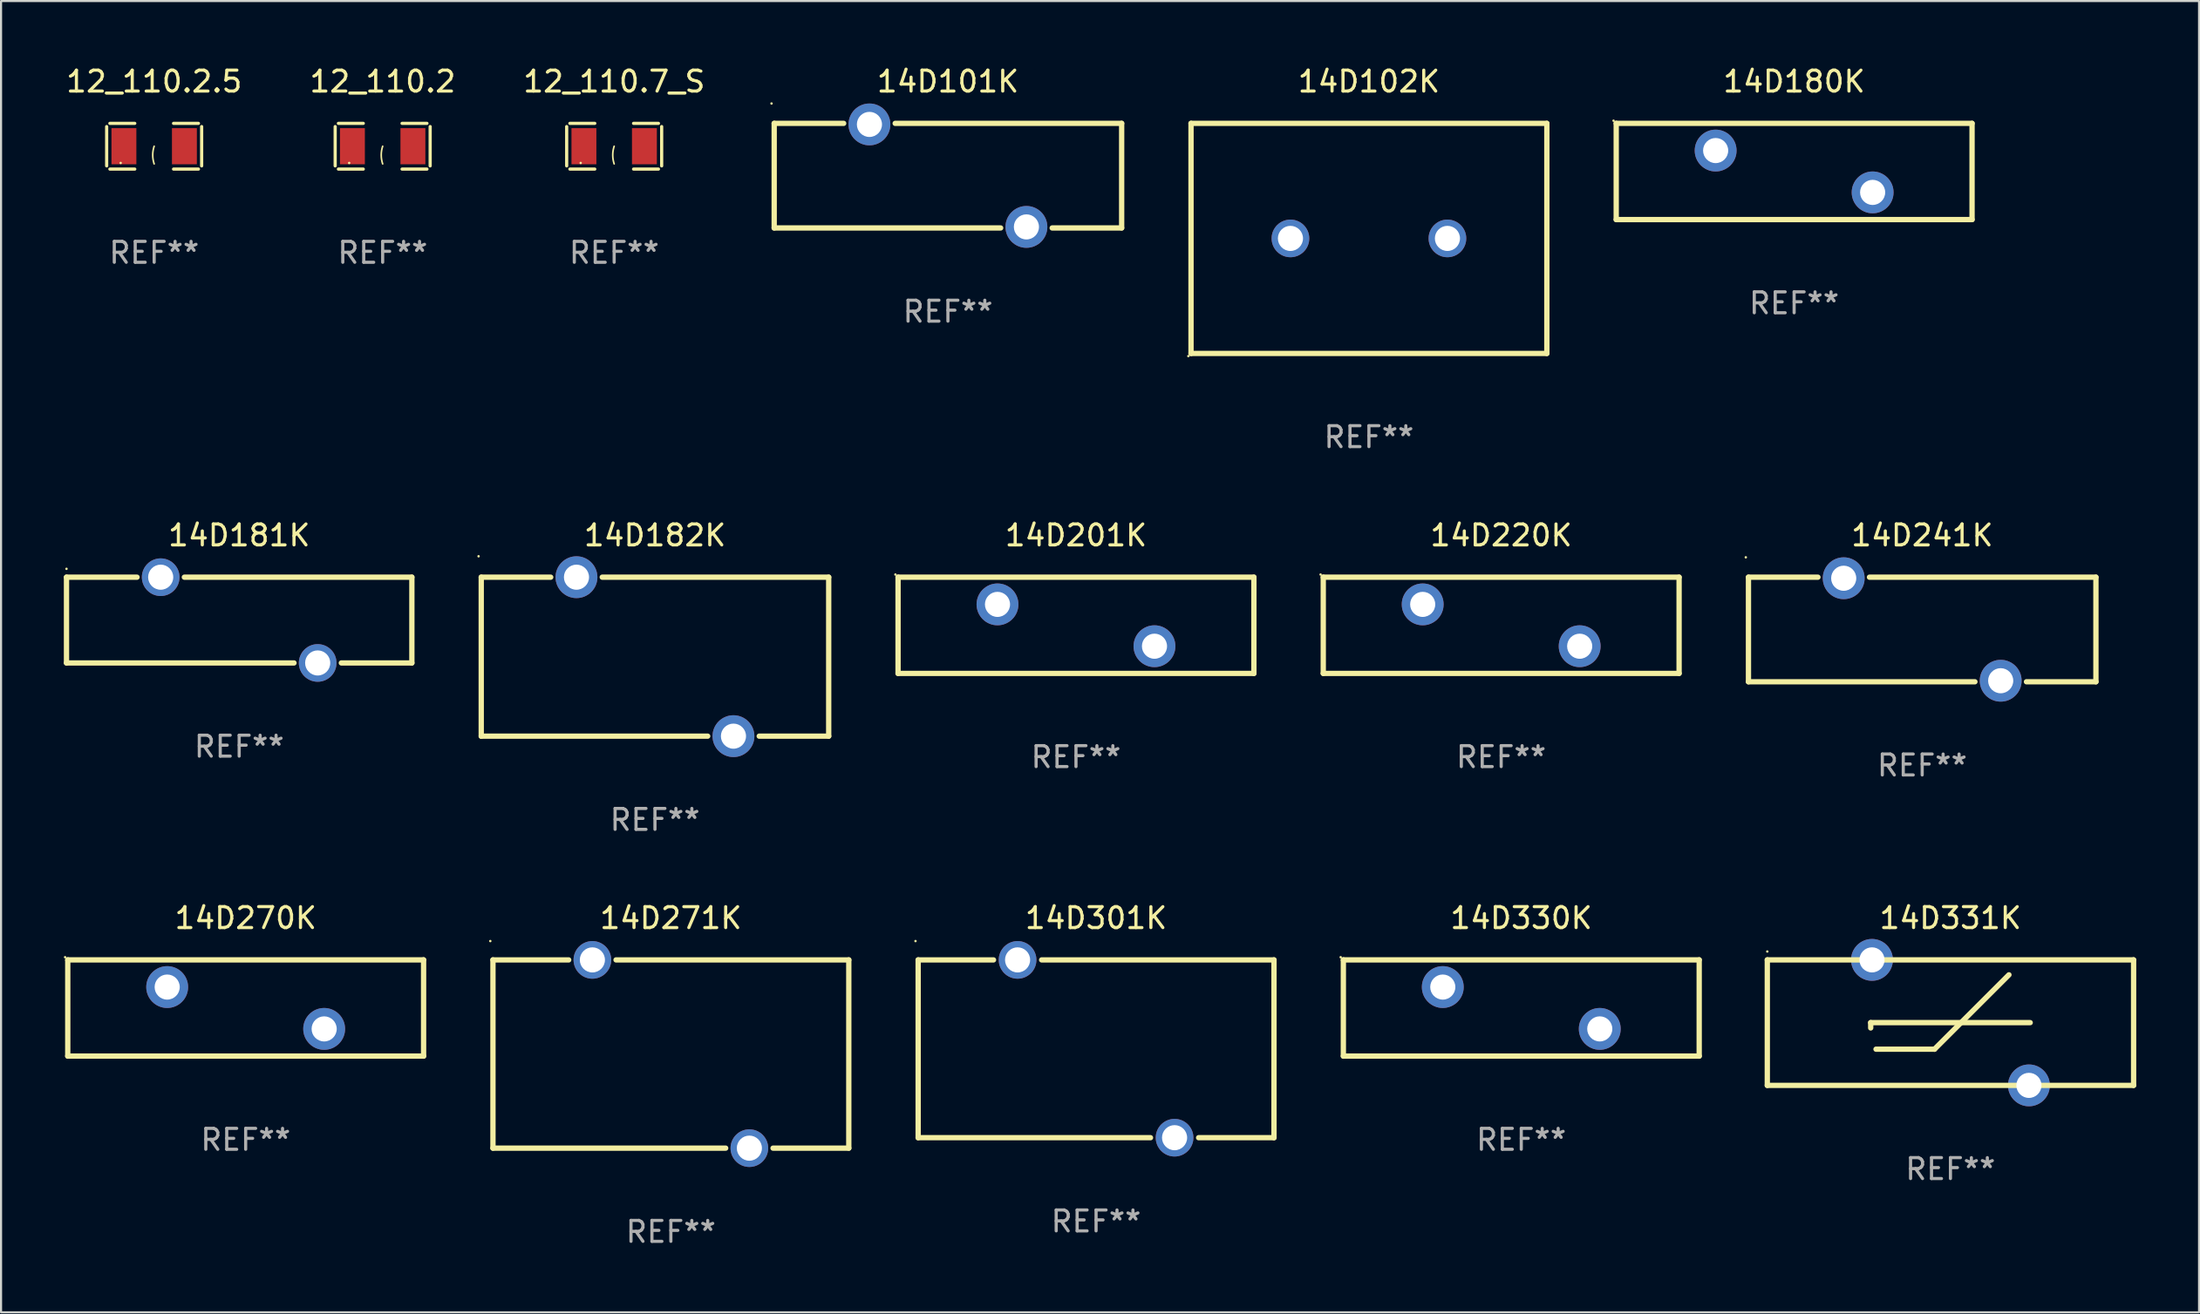
<source format=kicad_pcb>
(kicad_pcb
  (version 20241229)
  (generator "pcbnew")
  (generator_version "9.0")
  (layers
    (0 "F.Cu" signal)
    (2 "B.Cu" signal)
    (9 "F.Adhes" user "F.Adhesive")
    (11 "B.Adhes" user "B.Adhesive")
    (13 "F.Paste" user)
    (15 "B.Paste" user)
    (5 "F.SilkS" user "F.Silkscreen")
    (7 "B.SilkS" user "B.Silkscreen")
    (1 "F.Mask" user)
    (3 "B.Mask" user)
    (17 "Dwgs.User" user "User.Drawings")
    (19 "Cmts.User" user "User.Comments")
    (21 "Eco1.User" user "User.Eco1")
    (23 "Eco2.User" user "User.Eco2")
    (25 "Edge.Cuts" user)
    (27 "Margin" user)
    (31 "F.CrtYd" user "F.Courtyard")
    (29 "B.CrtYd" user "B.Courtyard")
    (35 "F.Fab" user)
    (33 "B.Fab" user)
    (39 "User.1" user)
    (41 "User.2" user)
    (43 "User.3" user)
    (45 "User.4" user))
  (footprint "14D180K"
    (layer "F.Cu")
    (at 82.665 5.148)
    (property "Reference" "14D180K" (at 0 -4.3 0) (layer "F.SilkS") (effects (font (size 1 1) (thickness 0.15))))
    (attr through_hole)
    (fp_line (start -8.5 -2.3) (end -8.5 2.3) (stroke (width 0.254) (type solid)) (layer "F.SilkS"))
    (fp_line (start -8.5 -2.3) (end 8.5 -2.3) (stroke (width 0.254) (type solid)) (layer "F.SilkS"))
    (fp_line (start -8.5 2.3) (end 8.5 2.3) (stroke (width 0.254) (type solid)) (layer "F.SilkS"))
    (fp_line (start 8.5 -2.3) (end 8.5 2.3) (stroke (width 0.254) (type solid)) (layer "F.SilkS"))
    (fp_circle (center -8.627 -2.427) (end -8.597 -2.427) (stroke (width 0.06) (type solid)) (fill no) (layer "F.SilkS"))
    (fp_text user "REF**" (at 0 6.3 0) (layer "F.Fab") (effects (font (size 1 1) (thickness 0.15))))
    (pad "1" thru_hole circle (at -3.75 -1) (size 2 2) (drill 1.2) (layers "*.Cu" "*.Mask"))
    (pad "2" thru_hole circle (at 3.75 1) (size 2 2) (drill 1.2) (layers "*.Cu" "*.Mask")))
  (footprint "14D271K"
    (layer "F.Cu")
    (at 29.001 47.342)
    (property "Reference" "14D271K" (at 0 -6.5 0) (layer "F.SilkS") (effects (font (size 1 1) (thickness 0.15))))
    (attr through_hole)
    (fp_line (start -8.5 -4.5) (end -4.881 -4.5) (stroke (width 0.254) (type solid)) (layer "F.SilkS"))
    (fp_line (start -8.5 4.5) (end -8.5 -4.5) (stroke (width 0.254) (type solid)) (layer "F.SilkS"))
    (fp_line (start -8.5 4.5) (end 2.619 4.5) (stroke (width 0.254) (type solid)) (layer "F.SilkS"))
    (fp_line (start -2.619 -4.5) (end 8.5 -4.5) (stroke (width 0.254) (type solid)) (layer "F.SilkS"))
    (fp_line (start 4.881 4.5) (end 8.5 4.5) (stroke (width 0.254) (type solid)) (layer "F.SilkS"))
    (fp_line (start 8.5 -4.5) (end 8.5 4.5) (stroke (width 0.254) (type solid)) (layer "F.SilkS"))
    (fp_circle (center -8.627 -5.4) (end -8.597 -5.4) (stroke (width 0.06) (type solid)) (fill no) (layer "F.SilkS"))
    (fp_text user "REF**" (at 0 8.5 0) (layer "F.Fab") (effects (font (size 1 1) (thickness 0.15))))
    (pad "1" thru_hole circle (at -3.75 -4.5) (size 1.8 1.8) (drill 1.2) (layers "*.Cu" "*.Mask"))
    (pad "2" thru_hole circle (at 3.75 4.5) (size 1.8 1.8) (drill 1.2) (layers "*.Cu" "*.Mask")))
  (footprint "14D102K"
    (layer "F.Cu")
    (at 62.351 8.348)
    (property "Reference" "14D102K" (at 0 -7.5 0) (layer "F.SilkS") (effects (font (size 1 1) (thickness 0.15))))
    (attr through_hole)
    (fp_line (start -8.5 -5.5) (end 8.5 -5.5) (stroke (width 0.254) (type solid)) (layer "F.SilkS"))
    (fp_line (start -8.5 5.5) (end -8.5 -5.5) (stroke (width 0.254) (type solid)) (layer "F.SilkS"))
    (fp_line (start -8.5 5.5) (end 8.5 5.5) (stroke (width 0.254) (type solid)) (layer "F.SilkS"))
    (fp_line (start 8.5 -5.5) (end 8.5 5.5) (stroke (width 0.254) (type solid)) (layer "F.SilkS"))
    (fp_circle (center -8.627 5.627) (end -8.597 5.627) (stroke (width 0.06) (type solid)) (fill no) (layer "F.SilkS"))
    (fp_text user "REF**" (at 0 9.5 0) (layer "F.Fab") (effects (font (size 1 1) (thickness 0.15))))
    (pad "1" thru_hole circle (at -3.75 -0.000013) (size 1.8 1.8) (drill 1.2) (layers "*.Cu" "*.Mask"))
    (pad "2" thru_hole circle (at 3.75 -0.000013) (size 1.8 1.8) (drill 1.2) (layers "*.Cu" "*.Mask")))
  (footprint "14D270K"
    (layer "F.Cu")
    (at 8.687 45.141)
    (property "Reference" "14D270K" (at 0 -4.3 0) (layer "F.SilkS") (effects (font (size 1 1) (thickness 0.15))))
    (attr through_hole)
    (fp_line (start -8.5 -2.3) (end -8.5 2.3) (stroke (width 0.254) (type solid)) (layer "F.SilkS"))
    (fp_line (start -8.5 -2.3) (end 8.5 -2.3) (stroke (width 0.254) (type solid)) (layer "F.SilkS"))
    (fp_line (start -8.5 2.3) (end 8.5 2.3) (stroke (width 0.254) (type solid)) (layer "F.SilkS"))
    (fp_line (start 8.5 -2.3) (end 8.5 2.3) (stroke (width 0.254) (type solid)) (layer "F.SilkS"))
    (fp_circle (center -8.627 -2.427) (end -8.597 -2.427) (stroke (width 0.06) (type solid)) (fill no) (layer "F.SilkS"))
    (fp_text user "REF**" (at 0 6.3 0) (layer "F.Fab") (effects (font (size 1 1) (thickness 0.15))))
    (pad "1" thru_hole circle (at -3.75 -1) (size 2 2) (drill 1.2) (layers "*.Cu" "*.Mask"))
    (pad "2" thru_hole circle (at 3.75 1) (size 2 2) (drill 1.2) (layers "*.Cu" "*.Mask")))
  (footprint "14D330K"
    (layer "F.Cu")
    (at 69.629 45.141)
    (property "Reference" "14D330K" (at 0 -4.3 0) (layer "F.SilkS") (effects (font (size 1 1) (thickness 0.15))))
    (attr through_hole)
    (fp_line (start -8.5 -2.3) (end -8.5 2.3) (stroke (width 0.254) (type solid)) (layer "F.SilkS"))
    (fp_line (start -8.5 -2.3) (end 8.5 -2.3) (stroke (width 0.254) (type solid)) (layer "F.SilkS"))
    (fp_line (start -8.5 2.3) (end 8.5 2.3) (stroke (width 0.254) (type solid)) (layer "F.SilkS"))
    (fp_line (start 8.5 -2.3) (end 8.5 2.3) (stroke (width 0.254) (type solid)) (layer "F.SilkS"))
    (fp_circle (center -8.627 -2.427) (end -8.597 -2.427) (stroke (width 0.06) (type solid)) (fill no) (layer "F.SilkS"))
    (fp_text user "REF**" (at 0 6.3 0) (layer "F.Fab") (effects (font (size 1 1) (thickness 0.15))))
    (pad "1" thru_hole circle (at -3.75 -1) (size 2 2) (drill 1.2) (layers "*.Cu" "*.Mask"))
    (pad "2" thru_hole circle (at 3.75 1) (size 2 2) (drill 1.2) (layers "*.Cu" "*.Mask")))
  (footprint "14D101K"
    (layer "F.Cu")
    (at 42.237 5.348)
    (property "Reference" "14D101K" (at 0 -4.5 0) (layer "F.SilkS") (effects (font (size 1 1) (thickness 0.15))))
    (attr through_hole)
    (fp_line (start -8.3 -2.5) (end -8.3 2.5) (stroke (width 0.254) (type solid)) (layer "F.SilkS"))
    (fp_line (start -8.3 -2.5) (end -4.981 -2.5) (stroke (width 0.254) (type solid)) (layer "F.SilkS"))
    (fp_line (start -8.3 2.5) (end 2.519 2.5) (stroke (width 0.254) (type solid)) (layer "F.SilkS"))
    (fp_line (start -2.519 -2.5) (end 8.3 -2.5) (stroke (width 0.254) (type solid)) (layer "F.SilkS"))
    (fp_line (start 4.981 2.5) (end 8.3 2.5) (stroke (width 0.254) (type solid)) (layer "F.SilkS"))
    (fp_line (start 8.3 -2.5) (end 8.3 2.5) (stroke (width 0.254) (type solid)) (layer "F.SilkS"))
    (fp_circle (center -8.427 -3.45) (end -8.397 -3.45) (stroke (width 0.06) (type solid)) (fill no) (layer "F.SilkS"))
    (fp_text user "REF**" (at 0 6.5 0) (layer "F.Fab") (effects (font (size 1 1) (thickness 0.15))))
    (pad "1" thru_hole circle (at -3.75 -2.45) (size 2 2) (drill 1.2) (layers "*.Cu" "*.Mask"))
    (pad "2" thru_hole circle (at 3.75 2.45) (size 2 2) (drill 1.2) (layers "*.Cu" "*.Mask")))
  (footprint "14D201K"
    (layer "F.Cu")
    (at 48.355 26.845)
    (property "Reference" "14D201K" (at 0 -4.3 0) (layer "F.SilkS") (effects (font (size 1 1) (thickness 0.15))))
    (attr through_hole)
    (fp_line (start -8.5 -2.3) (end -8.5 2.3) (stroke (width 0.254) (type solid)) (layer "F.SilkS"))
    (fp_line (start -8.5 -2.3) (end 8.5 -2.3) (stroke (width 0.254) (type solid)) (layer "F.SilkS"))
    (fp_line (start -8.5 2.3) (end 8.5 2.3) (stroke (width 0.254) (type solid)) (layer "F.SilkS"))
    (fp_line (start 8.5 -2.3) (end 8.5 2.3) (stroke (width 0.254) (type solid)) (layer "F.SilkS"))
    (fp_circle (center -8.627 -2.427) (end -8.597 -2.427) (stroke (width 0.06) (type solid)) (fill no) (layer "F.SilkS"))
    (fp_text user "REF**" (at 0 6.3 0) (layer "F.Fab") (effects (font (size 1 1) (thickness 0.15))))
    (pad "1" thru_hole circle (at -3.75 -1) (size 2 2) (drill 1.2) (layers "*.Cu" "*.Mask"))
    (pad "2" thru_hole circle (at 3.75 1) (size 2 2) (drill 1.2) (layers "*.Cu" "*.Mask")))
  (footprint "12_110.7_S"
    (layer "F.Cu")
    (at 26.292 3.941)
    (property "Reference" "12_110.7_S" (at 0 -3.093 0) (layer "F.SilkS") (effects (font (size 1 1) (thickness 0.15))))
    (attr through_hole)
    (fp_line (start -2.269 -0.94) (end -2.269 0.94) (stroke (width 0.152) (type solid)) (layer "F.SilkS"))
    (fp_line (start -2.116 1.093) (end -0.926 1.093) (stroke (width 0.152) (type solid)) (layer "F.SilkS"))
    (fp_line (start -0.926 -1.093) (end -2.116 -1.093) (stroke (width 0.152) (type solid)) (layer "F.SilkS"))
    (fp_line (start 0.926 -1.093) (end 2.116 -1.093) (stroke (width 0.152) (type solid)) (layer "F.SilkS"))
    (fp_line (start 2.116 1.093) (end 0.926 1.093) (stroke (width 0.152) (type solid)) (layer "F.SilkS"))
    (fp_line (start 2.269 -0.94) (end 2.269 0.94) (stroke (width 0.152) (type solid)) (layer "F.SilkS"))
    (fp_arc (start 0 0.844951) (mid -0.068559 0.422475) (end 0 0) (stroke (width 0.0762) (type solid)) (layer "F.SilkS"))
    (fp_circle (center -1.6 0.8) (end -1.57 0.8) (stroke (width 0.06) (type solid)) (fill no) (layer "F.SilkS"))
    (fp_text user "REF**" (at 0 5.093 0) (layer "F.Fab") (effects (font (size 1 1) (thickness 0.15))))
    (pad "1" smd rect (at -1.445 0) (size 1.19 1.728) (layers "F.Cu" "F.Mask" "F.Paste"))
    (pad "2" smd rect (at 1.445 0) (size 1.19 1.728) (layers "F.Cu" "F.Mask" "F.Paste")))
  (footprint "12_110.2.5"
    (layer "F.Cu")
    (at 4.315 3.941)
    (property "Reference" "12_110.2.5" (at 0 -3.093 0) (layer "F.SilkS") (effects (font (size 1 1) (thickness 0.15))))
    (attr through_hole)
    (fp_line (start -2.269 -0.94) (end -2.269 0.94) (stroke (width 0.152) (type solid)) (layer "F.SilkS"))
    (fp_line (start -2.116 1.093) (end -0.926 1.093) (stroke (width 0.152) (type solid)) (layer "F.SilkS"))
    (fp_line (start -0.926 -1.093) (end -2.116 -1.093) (stroke (width 0.152) (type solid)) (layer "F.SilkS"))
    (fp_line (start 0.926 -1.093) (end 2.116 -1.093) (stroke (width 0.152) (type solid)) (layer "F.SilkS"))
    (fp_line (start 2.116 1.093) (end 0.926 1.093) (stroke (width 0.152) (type solid)) (layer "F.SilkS"))
    (fp_line (start 2.269 -0.94) (end 2.269 0.94) (stroke (width 0.152) (type solid)) (layer "F.SilkS"))
    (fp_arc (start 0 0.844951) (mid -0.068559 0.422475) (end 0 0) (stroke (width 0.0762) (type solid)) (layer "F.SilkS"))
    (fp_circle (center -1.6 0.8) (end -1.57 0.8) (stroke (width 0.06) (type solid)) (fill no) (layer "F.SilkS"))
    (fp_text user "REF**" (at 0 5.093 0) (layer "F.Fab") (effects (font (size 1 1) (thickness 0.15))))
    (pad "1" smd rect (at -1.445 0) (size 1.19 1.728) (layers "F.Cu" "F.Mask" "F.Paste"))
    (pad "2" smd rect (at 1.445 0) (size 1.19 1.728) (layers "F.Cu" "F.Mask" "F.Paste")))
  (footprint "14D301K"
    (layer "F.Cu")
    (at 49.315 47.092)
    (property "Reference" "14D301K" (at 0 -6.25 0) (layer "F.SilkS") (effects (font (size 1 1) (thickness 0.15))))
    (attr through_hole)
    (fp_line (start -8.5 -4.25) (end -4.9 -4.25) (stroke (width 0.254) (type solid)) (layer "F.SilkS"))
    (fp_line (start -8.5 4.25) (end -8.5 -4.25) (stroke (width 0.254) (type solid)) (layer "F.SilkS"))
    (fp_line (start -8.5 4.25) (end 2.6 4.25) (stroke (width 0.254) (type solid)) (layer "F.SilkS"))
    (fp_line (start -2.6 -4.25) (end 8.5 -4.25) (stroke (width 0.254) (type solid)) (layer "F.SilkS"))
    (fp_line (start 4.9 4.25) (end 8.5 4.25) (stroke (width 0.254) (type solid)) (layer "F.SilkS"))
    (fp_line (start 8.5 -4.25) (end 8.5 4.25) (stroke (width 0.254) (type solid)) (layer "F.SilkS"))
    (fp_circle (center -8.627 -5.15) (end -8.597 -5.15) (stroke (width 0.06) (type solid)) (fill no) (layer "F.SilkS"))
    (fp_text user "REF**" (at 0 8.25 0) (layer "F.Fab") (effects (font (size 1 1) (thickness 0.15))))
    (pad "1" thru_hole circle (at -3.75 -4.25) (size 1.8 1.8) (drill 1.2) (layers "*.Cu" "*.Mask"))
    (pad "2" thru_hole circle (at 3.75 4.25) (size 1.8 1.8) (drill 1.2) (layers "*.Cu" "*.Mask")))
  (footprint "14D220K"
    (layer "F.Cu")
    (at 68.669 26.845)
    (property "Reference" "14D220K" (at 0 -4.3 0) (layer "F.SilkS") (effects (font (size 1 1) (thickness 0.15))))
    (attr through_hole)
    (fp_line (start -8.5 -2.3) (end -8.5 2.3) (stroke (width 0.254) (type solid)) (layer "F.SilkS"))
    (fp_line (start -8.5 -2.3) (end 8.5 -2.3) (stroke (width 0.254) (type solid)) (layer "F.SilkS"))
    (fp_line (start -8.5 2.3) (end 8.5 2.3) (stroke (width 0.254) (type solid)) (layer "F.SilkS"))
    (fp_line (start 8.5 -2.3) (end 8.5 2.3) (stroke (width 0.254) (type solid)) (layer "F.SilkS"))
    (fp_circle (center -8.627 -2.427) (end -8.597 -2.427) (stroke (width 0.06) (type solid)) (fill no) (layer "F.SilkS"))
    (fp_text user "REF**" (at 0 6.3 0) (layer "F.Fab") (effects (font (size 1 1) (thickness 0.15))))
    (pad "1" thru_hole circle (at -3.75 -1) (size 2 2) (drill 1.2) (layers "*.Cu" "*.Mask"))
    (pad "2" thru_hole circle (at 3.75 1) (size 2 2) (drill 1.2) (layers "*.Cu" "*.Mask")))
  (footprint "12_110.2"
    (layer "F.Cu")
    (at 15.232 3.941)
    (property "Reference" "12_110.2" (at 0 -3.093 0) (layer "F.SilkS") (effects (font (size 1 1) (thickness 0.15))))
    (attr through_hole)
    (fp_line (start -2.269 -0.94) (end -2.269 0.94) (stroke (width 0.152) (type solid)) (layer "F.SilkS"))
    (fp_line (start -2.116 1.093) (end -0.926 1.093) (stroke (width 0.152) (type solid)) (layer "F.SilkS"))
    (fp_line (start -0.926 -1.093) (end -2.116 -1.093) (stroke (width 0.152) (type solid)) (layer "F.SilkS"))
    (fp_line (start 0.926 -1.093) (end 2.116 -1.093) (stroke (width 0.152) (type solid)) (layer "F.SilkS"))
    (fp_line (start 2.116 1.093) (end 0.926 1.093) (stroke (width 0.152) (type solid)) (layer "F.SilkS"))
    (fp_line (start 2.269 -0.94) (end 2.269 0.94) (stroke (width 0.152) (type solid)) (layer "F.SilkS"))
    (fp_arc (start 0 0.844951) (mid -0.068559 0.422475) (end 0 0) (stroke (width 0.0762) (type solid)) (layer "F.SilkS"))
    (fp_circle (center -1.6 0.8) (end -1.57 0.8) (stroke (width 0.06) (type solid)) (fill no) (layer "F.SilkS"))
    (fp_text user "REF**" (at 0 5.093 0) (layer "F.Fab") (effects (font (size 1 1) (thickness 0.15))))
    (pad "1" smd rect (at -1.445 0) (size 1.19 1.728) (layers "F.Cu" "F.Mask" "F.Paste"))
    (pad "2" smd rect (at 1.445 0) (size 1.19 1.728) (layers "F.Cu" "F.Mask" "F.Paste")))
  (footprint "14D182K"
    (layer "F.Cu")
    (at 28.241 28.345)
    (property "Reference" "14D182K" (at 0 -5.8 0) (layer "F.SilkS") (effects (font (size 1 1) (thickness 0.15))))
    (attr through_hole)
    (fp_line (start -8.3 -3.8) (end -8.3 3.8) (stroke (width 0.254) (type solid)) (layer "F.SilkS"))
    (fp_line (start -8.3 -3.8) (end -4.981 -3.8) (stroke (width 0.254) (type solid)) (layer "F.SilkS"))
    (fp_line (start -8.3 3.8) (end 2.519 3.8) (stroke (width 0.254) (type solid)) (layer "F.SilkS"))
    (fp_line (start -2.519 -3.8) (end 8.3 -3.8) (stroke (width 0.254) (type solid)) (layer "F.SilkS"))
    (fp_line (start 4.981 3.8) (end 8.3 3.8) (stroke (width 0.254) (type solid)) (layer "F.SilkS"))
    (fp_line (start 8.3 -3.8) (end 8.3 3.8) (stroke (width 0.254) (type solid)) (layer "F.SilkS"))
    (fp_circle (center -8.427 -4.8) (end -8.397 -4.8) (stroke (width 0.06) (type solid)) (fill no) (layer "F.SilkS"))
    (fp_text user "REF**" (at 0 7.8 0) (layer "F.Fab") (effects (font (size 1 1) (thickness 0.15))))
    (pad "1" thru_hole circle (at -3.75 -3.8) (size 2 2) (drill 1.2) (layers "*.Cu" "*.Mask"))
    (pad "2" thru_hole circle (at 3.75 3.8) (size 2 2) (drill 1.2) (layers "*.Cu" "*.Mask")))
  (footprint "14D181K"
    (layer "F.Cu")
    (at 8.377 26.595)
    (property "Reference" "14D181K" (at 0 -4.05 0) (layer "F.SilkS") (effects (font (size 1 1) (thickness 0.15))))
    (attr through_hole)
    (fp_line (start -8.25 -2.05) (end -4.881 -2.05) (stroke (width 0.254) (type solid)) (layer "F.SilkS"))
    (fp_line (start -8.25 2.05) (end -8.25 -2.05) (stroke (width 0.254) (type solid)) (layer "F.SilkS"))
    (fp_line (start -8.25 2.05) (end 2.619 2.05) (stroke (width 0.254) (type solid)) (layer "F.SilkS"))
    (fp_line (start 4.881 2.05) (end 8.25 2.05) (stroke (width 0.254) (type solid)) (layer "F.SilkS"))
    (fp_line (start 8.25 -2.05) (end -2.619 -2.05) (stroke (width 0.254) (type solid)) (layer "F.SilkS"))
    (fp_line (start 8.25 -2.05) (end 8.25 2.05) (stroke (width 0.254) (type solid)) (layer "F.SilkS"))
    (fp_circle (center -8.25 -2.45) (end -8.22 -2.45) (stroke (width 0.06) (type solid)) (fill no) (layer "F.SilkS"))
    (fp_text user "REF**" (at 0 6.05 0) (layer "F.Fab") (effects (font (size 1 1) (thickness 0.15))))
    (pad "1" thru_hole circle (at -3.75 -2.05) (size 1.8 1.8) (drill 1.2) (layers "*.Cu" "*.Mask"))
    (pad "2" thru_hole circle (at 3.75 2.05) (size 1.8 1.8) (drill 1.2) (layers "*.Cu" "*.Mask")))
  (footprint "14D241K"
    (layer "F.Cu")
    (at 88.783 27.045)
    (property "Reference" "14D241K" (at 0 -4.5 0) (layer "F.SilkS") (effects (font (size 1 1) (thickness 0.15))))
    (attr through_hole)
    (fp_line (start -8.3 -2.5) (end -8.3 2.5) (stroke (width 0.254) (type solid)) (layer "F.SilkS"))
    (fp_line (start -8.3 -2.5) (end -4.981 -2.5) (stroke (width 0.254) (type solid)) (layer "F.SilkS"))
    (fp_line (start -8.3 2.5) (end 2.519 2.5) (stroke (width 0.254) (type solid)) (layer "F.SilkS"))
    (fp_line (start -2.519 -2.5) (end 8.3 -2.5) (stroke (width 0.254) (type solid)) (layer "F.SilkS"))
    (fp_line (start 4.981 2.5) (end 8.3 2.5) (stroke (width 0.254) (type solid)) (layer "F.SilkS"))
    (fp_line (start 8.3 -2.5) (end 8.3 2.5) (stroke (width 0.254) (type solid)) (layer "F.SilkS"))
    (fp_circle (center -8.427 -3.45) (end -8.397 -3.45) (stroke (width 0.06) (type solid)) (fill no) (layer "F.SilkS"))
    (fp_text user "REF**" (at 0 6.5 0) (layer "F.Fab") (effects (font (size 1 1) (thickness 0.15))))
    (pad "1" thru_hole circle (at -3.75 -2.45) (size 2 2) (drill 1.2) (layers "*.Cu" "*.Mask"))
    (pad "2" thru_hole circle (at 3.75 2.45) (size 2 2) (drill 1.2) (layers "*.Cu" "*.Mask")))
  (footprint "14D331K"
    (layer "F.Cu")
    (at 90.133 45.841)
    (property "Reference" "14D331K" (at 0 -5 0) (layer "F.SilkS") (effects (font (size 1 1) (thickness 0.15))))
    (attr through_hole)
    (fp_line (start -8.75 -3) (end -8.75 3) (stroke (width 0.254) (type solid)) (layer "F.SilkS"))
    (fp_line (start -8.75 -3) (end 8.75 -3) (stroke (width 0.254) (type solid)) (layer "F.SilkS"))
    (fp_line (start -3.81 0) (end 3.81 0) (stroke (width 0.254) (type solid)) (layer "F.SilkS"))
    (fp_line (start -3.81 0.254) (end -3.81 0) (stroke (width 0.254) (type solid)) (layer "F.SilkS"))
    (fp_line (start -3.556 1.27) (end -0.762 1.27) (stroke (width 0.254) (type solid)) (layer "F.SilkS"))
    (fp_line (start -0.762 1.27) (end 2.794 -2.286) (stroke (width 0.254) (type solid)) (layer "F.SilkS"))
    (fp_line (start 8.75 3) (end -8.75 3) (stroke (width 0.254) (type solid)) (layer "F.SilkS"))
    (fp_line (start 8.75 3) (end 8.75 -3) (stroke (width 0.254) (type solid)) (layer "F.SilkS"))
    (fp_circle (center -8.75 -3.4) (end -8.72 -3.4) (stroke (width 0.06) (type solid)) (fill no) (layer "F.SilkS"))
    (fp_text user "REF**" (at 0 7 0) (layer "F.Fab") (effects (font (size 1 1) (thickness 0.15))))
    (pad "1" thru_hole circle (at -3.749 -3) (size 2 2) (drill 1.2) (layers "*.Cu" "*.Mask"))
    (pad "2" thru_hole circle (at 3.749 3) (size 2 2) (drill 1.2) (layers "*.Cu" "*.Mask")))
  (gr_rect
    (start -3 -3)
    (end 102.01 59.69)
    (stroke (width 0.1) (type default))
    (fill no)
    (layer "Edge.Cuts")))
</source>
